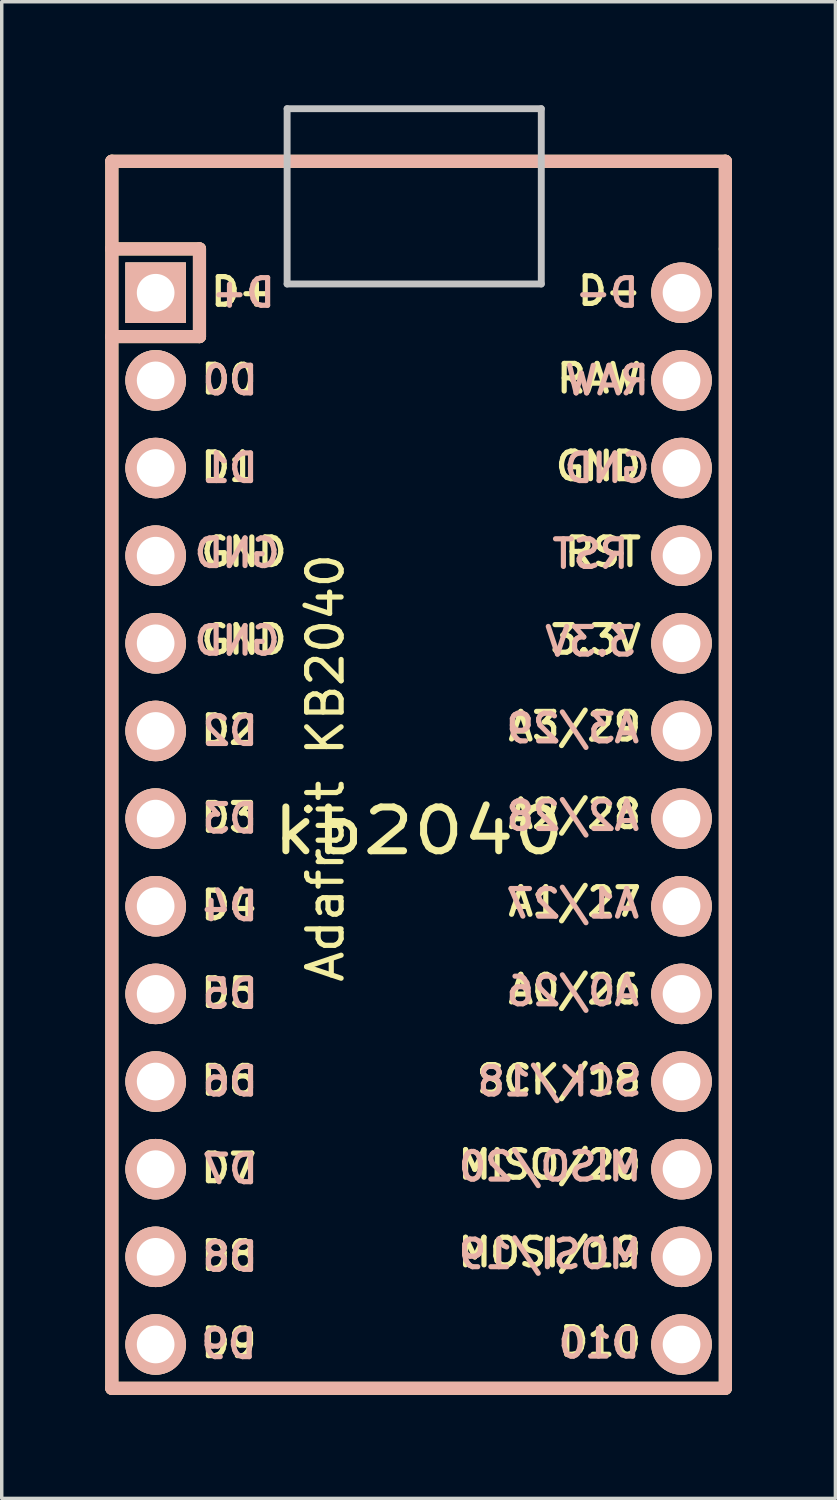
<source format=kicad_pcb>
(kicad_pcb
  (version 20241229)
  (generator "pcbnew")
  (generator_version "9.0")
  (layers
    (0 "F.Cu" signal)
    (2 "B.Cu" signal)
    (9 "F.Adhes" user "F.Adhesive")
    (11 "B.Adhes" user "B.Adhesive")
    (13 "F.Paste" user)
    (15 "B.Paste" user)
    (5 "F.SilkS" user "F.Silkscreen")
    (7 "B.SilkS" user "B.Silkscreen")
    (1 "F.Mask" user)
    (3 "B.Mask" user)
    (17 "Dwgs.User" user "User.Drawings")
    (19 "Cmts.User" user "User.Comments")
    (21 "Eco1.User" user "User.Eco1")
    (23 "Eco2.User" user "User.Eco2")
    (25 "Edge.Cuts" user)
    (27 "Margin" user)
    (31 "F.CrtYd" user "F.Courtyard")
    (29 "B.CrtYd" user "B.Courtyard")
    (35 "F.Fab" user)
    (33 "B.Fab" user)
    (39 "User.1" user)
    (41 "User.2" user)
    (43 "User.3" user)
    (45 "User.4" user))
  (footprint "kb2040"
    (layer "F.Cu")
    (at 9.081 19.404)
    (property "Reference" "kb2040" (at 0 1.625 0) (layer "F.SilkS") (effects (font (size 1.27 1.524) (thickness 0.203))))
    (attr through_hole)
    (fp_line (start -8.89 -17.78) (end -8.89 -15.24) (stroke (width 0.381) (type solid)) (layer "F.SilkS"))
    (fp_line (start -8.89 -15.24) (end -8.89 17.78) (stroke (width 0.381) (type solid)) (layer "F.SilkS"))
    (fp_line (start -8.89 17.78) (end 8.89 17.78) (stroke (width 0.381) (type solid)) (layer "F.SilkS"))
    (fp_line (start -6.35 -15.24) (end -8.89 -15.24) (stroke (width 0.381) (type solid)) (layer "F.SilkS"))
    (fp_line (start -6.35 -15.24) (end -6.35 -12.7) (stroke (width 0.381) (type solid)) (layer "F.SilkS"))
    (fp_line (start -6.35 -12.7) (end -8.89 -12.7) (stroke (width 0.381) (type solid)) (layer "F.SilkS"))
    (fp_line (start 8.89 -17.78) (end -8.89 -17.78) (stroke (width 0.381) (type solid)) (layer "F.SilkS"))
    (fp_line (start 8.89 -15.24) (end 8.89 -17.78) (stroke (width 0.381) (type solid)) (layer "F.SilkS"))
    (fp_line (start 8.89 17.78) (end 8.89 -15.24) (stroke (width 0.381) (type solid)) (layer "F.SilkS"))
    (fp_line (start -8.89 -17.78) (end -8.89 17.78) (stroke (width 0.381) (type solid)) (layer "B.SilkS"))
    (fp_line (start -8.89 17.78) (end 8.89 17.78) (stroke (width 0.381) (type solid)) (layer "B.SilkS"))
    (fp_line (start -6.35 -15.24) (end -8.89 -15.24) (stroke (width 0.381) (type solid)) (layer "B.SilkS"))
    (fp_line (start -6.35 -15.24) (end -6.35 -12.7) (stroke (width 0.381) (type solid)) (layer "B.SilkS"))
    (fp_line (start -6.35 -12.7) (end -8.89 -12.7) (stroke (width 0.381) (type solid)) (layer "B.SilkS"))
    (fp_line (start 8.89 -17.78) (end -8.89 -17.78) (stroke (width 0.381) (type solid)) (layer "B.SilkS"))
    (fp_line (start 8.89 17.78) (end 8.89 -17.78) (stroke (width 0.381) (type solid)) (layer "B.SilkS"))
    (fp_line (start -3.81 -19.304) (end 3.556 -19.304) (stroke (width 0.2) (type solid)) (layer "Dwgs.User"))
    (fp_line (start -3.81 -14.224) (end -3.81 -19.304) (stroke (width 0.2) (type solid)) (layer "Dwgs.User"))
    (fp_line (start 3.556 -19.304) (end 3.556 -14.224) (stroke (width 0.2) (type solid)) (layer "Dwgs.User"))
    (fp_line (start 3.556 -14.224) (end -3.81 -14.224) (stroke (width 0.2) (type solid)) (layer "Dwgs.User"))
    (fp_text user "D7" (at -5.5 11.4 0) (layer "F.SilkS") (effects (font (size 0.8 0.8) (thickness 0.15))))
    (fp_text user "D6" (at -5.5 8.86 0) (layer "F.SilkS") (effects (font (size 0.8 0.8) (thickness 0.15))))
    (fp_text user "SCK/18" (at 4.067 8.836 0) (layer "F.SilkS") (effects (font (size 0.8 0.8) (thickness 0.15))))
    (fp_text user "RAW" (at 5.229 -11.484 0) (layer "F.SilkS") (effects (font (size 0.8 0.8) (thickness 0.15))))
    (fp_text user "GND" (at -5.062 -3.916 0) (layer "F.SilkS") (effects (font (size 0.8 0.8) (thickness 0.15))))
    (fp_text user "MISO/20" (at 3.8 11.3 0) (layer "F.SilkS") (effects (font (size 0.8 0.8) (thickness 0.15))))
    (fp_text user "D5" (at -5.5 6.32 0) (layer "F.SilkS") (effects (font (size 0.8 0.8) (thickness 0.15))))
    (fp_text user "A0/26" (at 4.524 6.22 0) (layer "F.SilkS") (effects (font (size 0.8 0.8) (thickness 0.15))))
    (fp_text user "MOSI/19" (at 3.8 13.84 0) (layer "F.SilkS") (effects (font (size 0.8 0.8) (thickness 0.15))))
    (fp_text user "D+" (at -5.1 -14 0) (layer "F.SilkS") (effects (font (size 0.8 0.8) (thickness 0.15))))
    (fp_text user "GND" (at 5.21 -8.944 0) (layer "F.SilkS") (effects (font (size 0.8 0.8) (thickness 0.15))))
    (fp_text user "D1" (at -5.5 -8.92 0) (layer "F.SilkS") (effects (font (size 0.8 0.8) (thickness 0.15))))
    (fp_text user "D3" (at -5.5 1.24 0) (layer "F.SilkS") (effects (font (size 0.8 0.8) (thickness 0.15))))
    (fp_text user "A3/29" (at 4.524 -1.4 0) (layer "F.SilkS") (effects (font (size 0.8 0.8) (thickness 0.15))))
    (fp_text user "Adafruit KB2040" (at -2.7 -0.2 90) (unlocked yes) (layer "F.SilkS") (effects (font (size 1 1) (thickness 0.15))))
    (fp_text user "D2" (at -5.5 -1.3 0) (layer "F.SilkS") (effects (font (size 0.8 0.8) (thickness 0.15))))
    (fp_text user "D4" (at -5.5 3.78 0) (layer "F.SilkS") (effects (font (size 0.8 0.8) (thickness 0.15))))
    (fp_text user "D0" (at -5.5 -11.46 0) (layer "F.SilkS") (effects (font (size 0.8 0.8) (thickness 0.15))))
    (fp_text user "RST" (at 5.343 -6.455 0) (layer "F.SilkS") (effects (font (size 0.8 0.8) (thickness 0.15))))
    (fp_text user "D-" (at 5.533 -14.024 0) (layer "F.SilkS") (effects (font (size 0.8 0.8) (thickness 0.15))))
    (fp_text user "D8" (at -5.5 13.94 0) (layer "F.SilkS") (effects (font (size 0.8 0.8) (thickness 0.15))))
    (fp_text user "A2/28" (at 4.524 1.14 0) (layer "F.SilkS") (effects (font (size 0.8 0.8) (thickness 0.15))))
    (fp_text user "D9" (at -5.5 16.47 0) (layer "F.SilkS") (effects (font (size 0.8 0.8) (thickness 0.15))))
    (fp_text user "A1/27" (at 4.524 3.68 0) (layer "F.SilkS") (effects (font (size 0.8 0.8) (thickness 0.15))))
    (fp_text user "3.3V" (at 5.133 -3.915 0) (layer "F.SilkS") (effects (font (size 0.8 0.8) (thickness 0.15))))
    (fp_text user "GND" (at -5.062 -6.456 0) (layer "F.SilkS") (effects (font (size 0.8 0.8) (thickness 0.15))))
    (fp_text user "D10" (at 5.267 16.431 0) (layer "F.SilkS") (effects (font (size 0.8 0.8) (thickness 0.15))))
    (fp_text user "D10" (at 5.232 16.485 0) (layer "B.SilkS") (effects (font (size 0.8 0.8) (thickness 0.15)) (justify mirror)))
    (fp_text user "MISO/20" (at 3.81 11.354 0) (layer "B.SilkS") (effects (font (size 0.8 0.8) (thickness 0.15)) (justify mirror)))
    (fp_text user "3.3V" (at 4.978 -3.861 0) (layer "B.SilkS") (effects (font (size 0.8 0.8) (thickness 0.15)) (justify mirror)))
    (fp_text user "A2/28" (at 4.47 1.194 0) (layer "B.SilkS") (effects (font (size 0.8 0.8) (thickness 0.15)) (justify mirror)))
    (fp_text user "D-" (at 5.461 -13.97 0) (layer "B.SilkS") (effects (font (size 0.8 0.8) (thickness 0.15)) (justify mirror)))
    (fp_text user "D2" (at -5.461 -1.27 0) (layer "B.SilkS") (effects (font (size 0.8 0.8) (thickness 0.15)) (justify mirror)))
    (fp_text user "D4" (at -5.461 3.81 0) (layer "B.SilkS") (effects (font (size 0.8 0.8) (thickness 0.15)) (justify mirror)))
    (fp_text user "MOSI/19" (at 3.81 13.894 0) (layer "B.SilkS") (effects (font (size 0.8 0.8) (thickness 0.15)) (justify mirror)))
    (fp_text user "D+" (at -5.08 -13.97 0) (layer "B.SilkS") (effects (font (size 0.8 0.8) (thickness 0.15)) (justify mirror)))
    (fp_text user "A0/26" (at 4.47 6.274 0) (layer "B.SilkS") (effects (font (size 0.8 0.8) (thickness 0.15)) (justify mirror)))
    (fp_text user "A1/27" (at 4.47 3.734 0) (layer "B.SilkS") (effects (font (size 0.8 0.8) (thickness 0.15)) (justify mirror)))
    (fp_text user "RST" (at 4.978 -6.401 0) (layer "B.SilkS") (effects (font (size 0.8 0.8) (thickness 0.15)) (justify mirror)))
    (fp_text user "GND" (at -5.258 -6.426 0) (layer "B.SilkS") (effects (font (size 0.8 0.8) (thickness 0.15)) (justify mirror)))
    (fp_text user "D6" (at -5.461 8.89 0) (layer "B.SilkS") (effects (font (size 0.8 0.8) (thickness 0.15)) (justify mirror)))
    (fp_text user "SCK/18" (at 4.089 8.89 0) (layer "B.SilkS") (effects (font (size 0.8 0.8) (thickness 0.15)) (justify mirror)))
    (fp_text user "D8" (at -5.461 13.97 0) (layer "B.SilkS") (effects (font (size 0.8 0.8) (thickness 0.15)) (justify mirror)))
    (fp_text user "D7" (at -5.461 11.43 0) (layer "B.SilkS") (effects (font (size 0.8 0.8) (thickness 0.15)) (justify mirror)))
    (fp_text user "D1" (at -5.461 -8.89 0) (layer "B.SilkS") (effects (font (size 0.8 0.8) (thickness 0.15)) (justify mirror)))
    (fp_text user "A3/29" (at 4.47 -1.346 0) (layer "B.SilkS") (effects (font (size 0.8 0.8) (thickness 0.15)) (justify mirror)))
    (fp_text user "D3" (at -5.461 1.27 0) (layer "B.SilkS") (effects (font (size 0.8 0.8) (thickness 0.15)) (justify mirror)))
    (fp_text user "D9" (at -5.5 16.5 0) (layer "B.SilkS") (effects (font (size 0.8 0.8) (thickness 0.15)) (justify mirror)))
    (fp_text user "D0" (at -5.461 -11.43 0) (layer "B.SilkS") (effects (font (size 0.8 0.8) (thickness 0.15)) (justify mirror)))
    (fp_text user "D5" (at -5.461 6.35 0) (layer "B.SilkS") (effects (font (size 0.8 0.8) (thickness 0.15)) (justify mirror)))
    (fp_text user "GND" (at -5.258 -3.886 0) (layer "B.SilkS") (effects (font (size 0.8 0.8) (thickness 0.15)) (justify mirror)))
    (fp_text user "RAW" (at 5.461 -11.43 0) (layer "B.SilkS") (effects (font (size 0.8 0.8) (thickness 0.15)) (justify mirror)))
    (fp_text user "GND" (at 5.461 -8.89 0) (layer "B.SilkS") (effects (font (size 0.8 0.8) (thickness 0.15)) (justify mirror)))
    (pad "1" thru_hole rect (at -7.62 -13.97 270) (size 1.753 1.753) (drill 1.092) (layers "*.Cu" "*.SilkS" "*.Mask"))
    (pad "2" thru_hole circle (at -7.62 -11.43 270) (size 1.753 1.753) (drill 1.092) (layers "*.Cu" "*.SilkS" "*.Mask"))
    (pad "3" thru_hole circle (at -7.62 -8.89 270) (size 1.753 1.753) (drill 1.092) (layers "*.Cu" "*.SilkS" "*.Mask"))
    (pad "4" thru_hole circle (at -7.62 -6.35 270) (size 1.753 1.753) (drill 1.092) (layers "*.Cu" "*.SilkS" "*.Mask"))
    (pad "5" thru_hole circle (at -7.62 -3.81 270) (size 1.753 1.753) (drill 1.092) (layers "*.Cu" "*.SilkS" "*.Mask"))
    (pad "6" thru_hole circle (at -7.62 -1.27 270) (size 1.753 1.753) (drill 1.092) (layers "*.Cu" "*.SilkS" "*.Mask"))
    (pad "7" thru_hole circle (at -7.62 1.27 270) (size 1.753 1.753) (drill 1.092) (layers "*.Cu" "*.SilkS" "*.Mask"))
    (pad "8" thru_hole circle (at -7.62 3.81 270) (size 1.753 1.753) (drill 1.092) (layers "*.Cu" "*.SilkS" "*.Mask"))
    (pad "9" thru_hole circle (at -7.62 6.35 270) (size 1.753 1.753) (drill 1.092) (layers "*.Cu" "*.SilkS" "*.Mask"))
    (pad "10" thru_hole circle (at -7.62 8.89 270) (size 1.753 1.753) (drill 1.092) (layers "*.Cu" "*.SilkS" "*.Mask"))
    (pad "11" thru_hole circle (at -7.62 11.43 270) (size 1.753 1.753) (drill 1.092) (layers "*.Cu" "*.SilkS" "*.Mask"))
    (pad "12" thru_hole circle (at -7.62 13.97 270) (size 1.753 1.753) (drill 1.092) (layers "*.Cu" "*.SilkS" "*.Mask"))
    (pad "13" thru_hole circle (at -7.62 16.51 270) (size 1.753 1.753) (drill 1.092) (layers "*.Cu" "*.SilkS" "*.Mask"))
    (pad "14" thru_hole circle (at 7.62 -13.97 270) (size 1.753 1.753) (drill 1.092) (layers "*.Cu" "*.SilkS" "*.Mask"))
    (pad "15" thru_hole circle (at 7.62 -11.43 270) (size 1.753 1.753) (drill 1.092) (layers "*.Cu" "*.SilkS" "*.Mask"))
    (pad "16" thru_hole circle (at 7.62 -8.89 270) (size 1.753 1.753) (drill 1.092) (layers "*.Cu" "*.SilkS" "*.Mask"))
    (pad "17" thru_hole circle (at 7.62 -6.35 270) (size 1.753 1.753) (drill 1.092) (layers "*.Cu" "*.SilkS" "*.Mask"))
    (pad "18" thru_hole circle (at 7.62 -3.81 270) (size 1.753 1.753) (drill 1.092) (layers "*.Cu" "*.SilkS" "*.Mask"))
    (pad "19" thru_hole circle (at 7.62 -1.27 270) (size 1.753 1.753) (drill 1.092) (layers "*.Cu" "*.SilkS" "*.Mask"))
    (pad "20" thru_hole circle (at 7.62 1.27 270) (size 1.753 1.753) (drill 1.092) (layers "*.Cu" "*.SilkS" "*.Mask"))
    (pad "21" thru_hole circle (at 7.62 3.81 270) (size 1.753 1.753) (drill 1.092) (layers "*.Cu" "*.SilkS" "*.Mask"))
    (pad "22" thru_hole circle (at 7.62 6.35 270) (size 1.753 1.753) (drill 1.092) (layers "*.Cu" "*.SilkS" "*.Mask"))
    (pad "23" thru_hole circle (at 7.62 8.89 270) (size 1.753 1.753) (drill 1.092) (layers "*.Cu" "*.SilkS" "*.Mask"))
    (pad "24" thru_hole circle (at 7.62 11.43 270) (size 1.753 1.753) (drill 1.092) (layers "*.Cu" "*.SilkS" "*.Mask"))
    (pad "25" thru_hole circle (at 7.62 13.97 270) (size 1.753 1.753) (drill 1.092) (layers "*.Cu" "*.SilkS" "*.Mask"))
    (pad "26" thru_hole circle (at 7.62 16.51 270) (size 1.753 1.753) (drill 1.092) (layers "*.Cu" "*.SilkS" "*.Mask")))
  (gr_rect
    (start -3 -3)
    (end 21.161 40.374)
    (stroke (width 0.1) (type default))
    (fill no)
    (layer "Edge.Cuts")))
</source>
